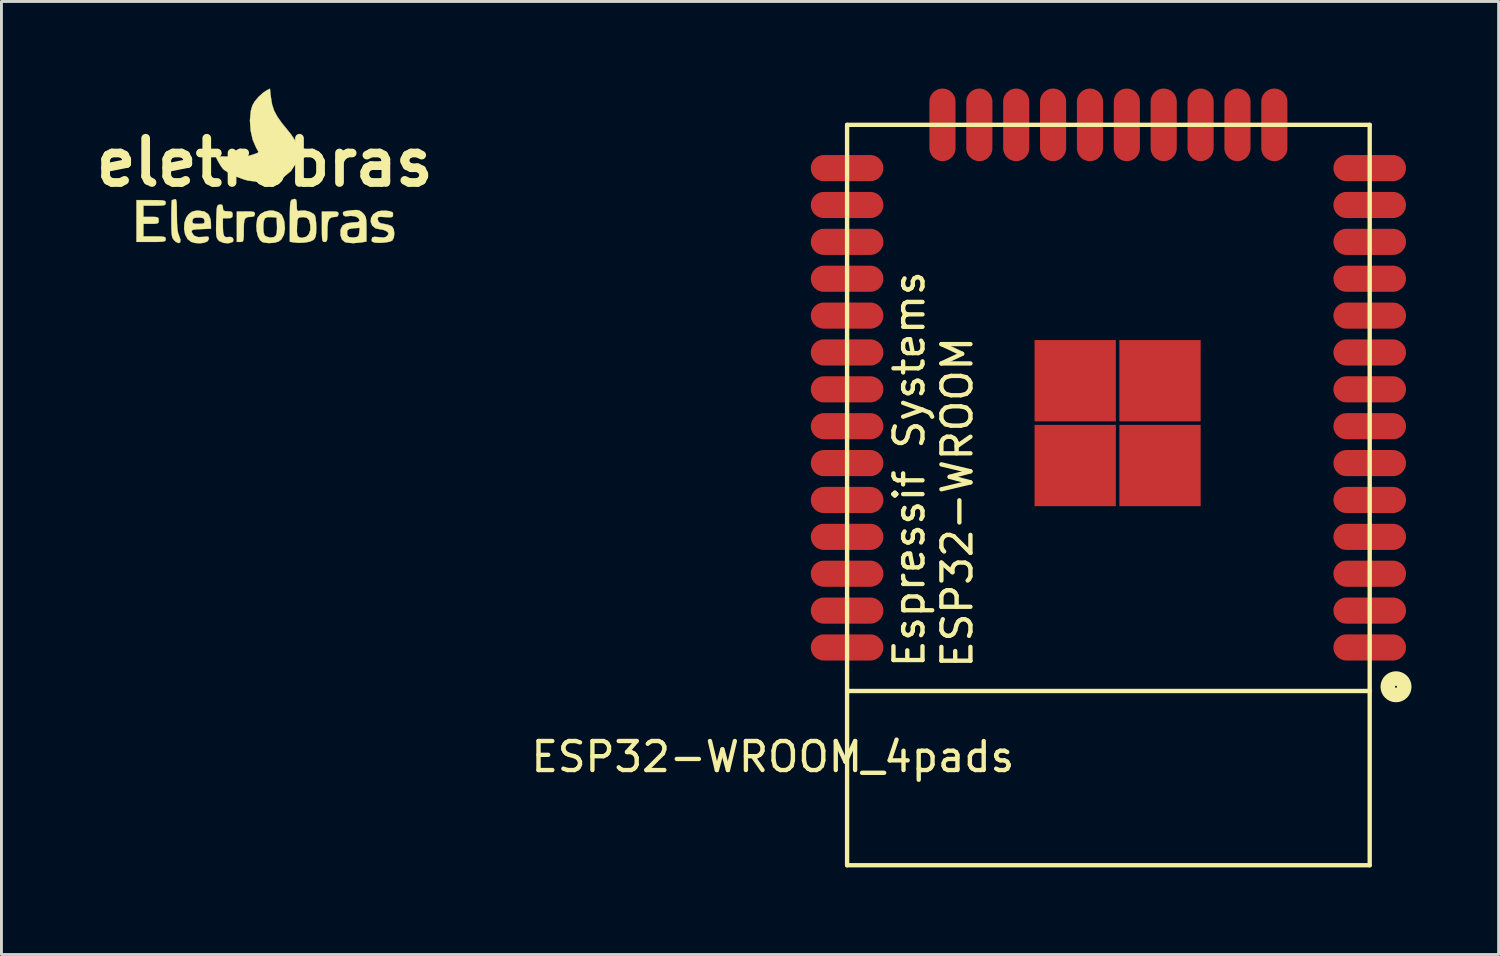
<source format=kicad_pcb>
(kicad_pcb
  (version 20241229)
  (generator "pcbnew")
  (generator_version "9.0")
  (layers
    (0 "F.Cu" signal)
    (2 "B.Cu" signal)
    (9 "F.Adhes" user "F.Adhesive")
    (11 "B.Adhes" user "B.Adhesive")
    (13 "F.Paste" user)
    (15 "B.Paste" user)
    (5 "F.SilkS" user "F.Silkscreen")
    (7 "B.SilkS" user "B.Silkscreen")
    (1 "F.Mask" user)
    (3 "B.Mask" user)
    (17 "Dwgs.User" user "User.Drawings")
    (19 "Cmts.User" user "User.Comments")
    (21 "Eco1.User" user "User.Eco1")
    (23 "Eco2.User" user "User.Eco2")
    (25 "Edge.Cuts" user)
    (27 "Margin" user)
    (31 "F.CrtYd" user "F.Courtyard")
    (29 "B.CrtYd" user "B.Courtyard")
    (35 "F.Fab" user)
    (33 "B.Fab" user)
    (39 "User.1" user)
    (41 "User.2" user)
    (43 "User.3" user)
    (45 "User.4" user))
  (footprint "ESP32-WROOM_4pads"
    (layer "F.Cu")
    (at 35.126 14)
    (property "Reference" "ESP32-WROOM_4pads" (at -11.557 9.017 0) (layer "F.SilkS") (effects (font (size 1 1) (thickness 0.15))))
    (attr through_hole)
    (fp_line (start -9 -12.75) (end 9 -12.75) (stroke (width 0.15) (type solid)) (layer "F.SilkS"))
    (fp_line (start -9 6.75) (end 9 6.75) (stroke (width 0.15) (type solid)) (layer "F.SilkS"))
    (fp_line (start -9 12.75) (end -9 -12.75) (stroke (width 0.15) (type solid)) (layer "F.SilkS"))
    (fp_line (start -9 12.75) (end 9 12.75) (stroke (width 0.15) (type solid)) (layer "F.SilkS"))
    (fp_line (start 9 12.75) (end 9 -12.75) (stroke (width 0.15) (type solid)) (layer "F.SilkS"))
    (fp_circle (center 9.906 6.604) (end 10.033 6.858) (stroke (width 0.5) (type solid)) (fill no) (layer "F.SilkS"))
    (fp_text user "Espressif Systems" (at -6.858 -0.889 90) (layer "F.SilkS") (effects (font (size 1 1) (thickness 0.15))))
    (fp_text user "ESP32-WROOM" (at -5.207 0.254 90) (layer "F.SilkS") (effects (font (size 1 1) (thickness 0.15))))
    (pad "1" smd oval (at 9 5.25) (size 2.5 0.9) (layers "F.Cu" "F.Mask" "F.Paste"))
    (pad "2" smd oval (at 9 3.98) (size 2.5 0.9) (layers "F.Cu" "F.Mask" "F.Paste"))
    (pad "3" smd oval (at 9 2.71) (size 2.5 0.9) (layers "F.Cu" "F.Mask" "F.Paste"))
    (pad "4" smd oval (at 9 1.44) (size 2.5 0.9) (layers "F.Cu" "F.Mask" "F.Paste"))
    (pad "5" smd oval (at 9 0.17) (size 2.5 0.9) (layers "F.Cu" "F.Mask" "F.Paste"))
    (pad "6" smd oval (at 9 -1.1) (size 2.5 0.9) (layers "F.Cu" "F.Mask" "F.Paste"))
    (pad "7" smd oval (at 9 -2.37) (size 2.5 0.9) (layers "F.Cu" "F.Mask" "F.Paste"))
    (pad "8" smd oval (at 9 -3.64) (size 2.5 0.9) (layers "F.Cu" "F.Mask" "F.Paste"))
    (pad "9" smd oval (at 9 -4.91) (size 2.5 0.9) (layers "F.Cu" "F.Mask" "F.Paste"))
    (pad "10" smd oval (at 9 -6.18) (size 2.5 0.9) (layers "F.Cu" "F.Mask" "F.Paste"))
    (pad "11" smd oval (at 9 -7.45) (size 2.5 0.9) (layers "F.Cu" "F.Mask" "F.Paste"))
    (pad "12" smd oval (at 9 -8.72) (size 2.5 0.9) (layers "F.Cu" "F.Mask" "F.Paste"))
    (pad "13" smd oval (at 9 -9.99) (size 2.5 0.9) (layers "F.Cu" "F.Mask" "F.Paste"))
    (pad "14" smd oval (at 9 -11.26) (size 2.5 0.9) (layers "F.Cu" "F.Mask" "F.Paste"))
    (pad "15" smd oval (at 5.715 -12.75) (size 0.9 2.5) (layers "F.Cu" "F.Mask" "F.Paste"))
    (pad "16" smd oval (at 4.445 -12.75) (size 0.9 2.5) (layers "F.Cu" "F.Mask" "F.Paste"))
    (pad "17" smd oval (at 3.175 -12.75) (size 0.9 2.5) (layers "F.Cu" "F.Mask" "F.Paste"))
    (pad "18" smd oval (at 1.905 -12.75) (size 0.9 2.5) (layers "F.Cu" "F.Mask" "F.Paste"))
    (pad "19" smd oval (at 0.635 -12.75) (size 0.9 2.5) (layers "F.Cu" "F.Mask" "F.Paste"))
    (pad "20" smd oval (at -0.635 -12.75) (size 0.9 2.5) (layers "F.Cu" "F.Mask" "F.Paste"))
    (pad "21" smd oval (at -1.905 -12.75) (size 0.9 2.5) (layers "F.Cu" "F.Mask" "F.Paste"))
    (pad "22" smd oval (at -3.175 -12.75) (size 0.9 2.5) (layers "F.Cu" "F.Mask" "F.Paste"))
    (pad "23" smd oval (at -4.445 -12.75) (size 0.9 2.5) (layers "F.Cu" "F.Mask" "F.Paste"))
    (pad "24" smd oval (at -5.715 -12.75) (size 0.9 2.5) (layers "F.Cu" "F.Mask" "F.Paste"))
    (pad "25" smd oval (at -9 -11.26) (size 2.5 0.9) (layers "F.Cu" "F.Mask" "F.Paste"))
    (pad "26" smd oval (at -9 -9.99) (size 2.5 0.9) (layers "F.Cu" "F.Mask" "F.Paste"))
    (pad "27" smd oval (at -9 -8.72) (size 2.5 0.9) (layers "F.Cu" "F.Mask" "F.Paste"))
    (pad "28" smd oval (at -9 -7.45) (size 2.5 0.9) (layers "F.Cu" "F.Mask" "F.Paste"))
    (pad "29" smd oval (at -9 -6.18) (size 2.5 0.9) (layers "F.Cu" "F.Mask" "F.Paste"))
    (pad "30" smd oval (at -9 -4.91) (size 2.5 0.9) (layers "F.Cu" "F.Mask" "F.Paste"))
    (pad "31" smd oval (at -9 -3.64) (size 2.5 0.9) (layers "F.Cu" "F.Mask" "F.Paste"))
    (pad "32" smd oval (at -9 -2.37) (size 2.5 0.9) (layers "F.Cu" "F.Mask" "F.Paste"))
    (pad "33" smd oval (at -9 -1.1) (size 2.5 0.9) (layers "F.Cu" "F.Mask" "F.Paste"))
    (pad "34" smd oval (at -9 0.17) (size 2.5 0.9) (layers "F.Cu" "F.Mask" "F.Paste"))
    (pad "35" smd oval (at -9 1.44) (size 2.5 0.9) (layers "F.Cu" "F.Mask" "F.Paste"))
    (pad "36" smd oval (at -9 2.71) (size 2.5 0.9) (layers "F.Cu" "F.Mask" "F.Paste"))
    (pad "37" smd oval (at -9 3.98) (size 2.5 0.9) (layers "F.Cu" "F.Mask" "F.Paste"))
    (pad "38" smd oval (at -9 5.25) (size 2.5 0.9) (layers "F.Cu" "F.Mask" "F.Paste"))
    (pad "39" smd rect (at -1.143 -3.937) (size 2.8 2.8) (layers "F.Cu" "F.Mask" "F.Paste"))
    (pad "39" smd rect (at -1.143 -1.016) (size 2.8 2.8) (layers "F.Cu" "F.Mask" "F.Paste"))
    (pad "39" smd rect (at 1.778 -3.937) (size 2.8 2.8) (layers "F.Cu" "F.Mask" "F.Paste"))
    (pad "39" smd rect (at 1.778 -1.016) (size 2.8 2.8) (layers "F.Cu" "F.Mask" "F.Paste")))
  (footprint "eletrobras"
    (layer "F.Cu")
    (at 6.067 2.546)
    (property "Reference" "eletrobras" (at 0 0 0) (layer "F.SilkS") (effects (font (size 1.524 1.524) (thickness 0.3))))
    (attr through_hole)
    (fp_poly (pts (xy -0.479 1.688) (xy -0.385 1.701) (xy -0.344 1.73) (xy -0.336 1.778) (xy -0.366 1.853) (xy -0.452 1.873) (xy -0.576 1.879) (xy -0.655 1.911) (xy -0.698 1.985) (xy -0.716 2.119) (xy -0.72 2.332) (xy -0.72 2.334) (xy -0.721 2.53) (xy -0.729 2.649) (xy -0.748 2.711) (xy -0.784 2.734) (xy -0.84 2.737) (xy -0.96 2.737) (xy -0.96 1.689) (xy -0.648 1.686) (xy -0.479 1.688)) (stroke (width 0.01) (type solid)) (fill yes) (layer "F.SilkS"))
    (fp_poly (pts (xy 2.418 1.688) (xy 2.504 1.702) (xy 2.539 1.735) (xy 2.545 1.778) (xy 2.511 1.857) (xy 2.446 1.873) (xy 2.314 1.886) (xy 2.23 1.936) (xy 2.183 2.04) (xy 2.163 2.213) (xy 2.161 2.354) (xy 2.159 2.545) (xy 2.149 2.66) (xy 2.128 2.716) (xy 2.089 2.736) (xy 2.065 2.737) (xy 2.022 2.731) (xy 1.995 2.701) (xy 1.979 2.632) (xy 1.971 2.505) (xy 1.969 2.306) (xy 1.969 2.214) (xy 1.969 1.691) (xy 2.257 1.687) (xy 2.418 1.688)) (stroke (width 0.01) (type solid)) (fill yes) (layer "F.SilkS"))
    (fp_poly (pts (xy -3.047 1.298) (xy -3.034 1.38) (xy -3.027 1.526) (xy -3.025 1.751) (xy -3.025 1.807) (xy -3.02 2.094) (xy -3.006 2.3) (xy -2.98 2.442) (xy -2.951 2.518) (xy -2.9 2.661) (xy -2.911 2.752) (xy -2.972 2.777) (xy -3.071 2.726) (xy -3.119 2.68) (xy -3.159 2.628) (xy -3.187 2.563) (xy -3.204 2.466) (xy -3.213 2.321) (xy -3.217 2.107) (xy -3.217 1.936) (xy -3.216 1.7) (xy -3.212 1.504) (xy -3.206 1.365) (xy -3.199 1.299) (xy -3.197 1.296) (xy -3.14 1.281) (xy -3.101 1.267) (xy -3.068 1.265) (xy -3.047 1.298)) (stroke (width 0.01) (type solid)) (fill yes) (layer "F.SilkS"))
    (fp_poly (pts (xy -3.688 1.298) (xy -3.542 1.303) (xy -3.459 1.317) (xy -3.42 1.342) (xy -3.409 1.38) (xy -3.409 1.392) (xy -3.417 1.44) (xy -3.454 1.469) (xy -3.539 1.483) (xy -3.692 1.488) (xy -3.793 1.488) (xy -4.177 1.488) (xy -4.177 1.873) (xy -3.913 1.873) (xy -3.762 1.876) (xy -3.683 1.892) (xy -3.653 1.933) (xy -3.649 1.993) (xy -3.656 2.061) (xy -3.692 2.097) (xy -3.781 2.111) (xy -3.913 2.113) (xy -4.177 2.113) (xy -4.177 2.545) (xy -3.793 2.545) (xy -3.602 2.547) (xy -3.487 2.556) (xy -3.43 2.577) (xy -3.41 2.616) (xy -3.409 2.641) (xy -3.415 2.684) (xy -3.446 2.711) (xy -3.517 2.727) (xy -3.646 2.735) (xy -3.85 2.737) (xy -3.913 2.737) (xy -4.417 2.737) (xy -4.417 1.296) (xy -3.913 1.296) (xy -3.688 1.298)) (stroke (width 0.01) (type solid)) (fill yes) (layer "F.SilkS"))
    (fp_poly (pts (xy -1.468 1.456) (xy -1.441 1.524) (xy -1.44 1.557) (xy -1.428 1.64) (xy -1.374 1.675) (xy -1.272 1.681) (xy -1.159 1.689) (xy -1.112 1.73) (xy -1.104 1.801) (xy -1.117 1.882) (xy -1.173 1.915) (xy -1.272 1.921) (xy -1.44 1.921) (xy -1.44 2.228) (xy -1.431 2.42) (xy -1.398 2.531) (xy -1.332 2.575) (xy -1.222 2.564) (xy -1.212 2.562) (xy -1.127 2.574) (xy -1.078 2.637) (xy -1.084 2.713) (xy -1.115 2.744) (xy -1.251 2.784) (xy -1.414 2.771) (xy -1.556 2.712) (xy -1.586 2.687) (xy -1.628 2.637) (xy -1.655 2.574) (xy -1.67 2.478) (xy -1.675 2.331) (xy -1.672 2.114) (xy -1.67 2.027) (xy -1.663 1.787) (xy -1.655 1.627) (xy -1.641 1.529) (xy -1.618 1.478) (xy -1.583 1.456) (xy -1.548 1.449) (xy -1.468 1.456)) (stroke (width 0.01) (type solid)) (fill yes) (layer "F.SilkS"))
    (fp_poly (pts (xy 0.303 1.66) (xy 0.48 1.717) (xy 0.589 1.809) (xy 0.656 1.962) (xy 0.675 2.04) (xy 0.697 2.278) (xy 0.661 2.489) (xy 0.572 2.65) (xy 0.48 2.723) (xy 0.326 2.766) (xy 0.129 2.777) (xy -0.06 2.752) (xy -0.061 2.752) (xy -0.158 2.681) (xy -0.232 2.541) (xy -0.277 2.357) (xy -0.284 2.242) (xy -0.047 2.242) (xy -0.038 2.409) (xy -0.004 2.504) (xy 0.036 2.541) (xy 0.179 2.587) (xy 0.313 2.572) (xy 0.381 2.525) (xy 0.412 2.435) (xy 0.425 2.28) (xy 0.423 2.177) (xy 0.408 1.897) (xy 0.221 1.881) (xy 0.087 1.883) (xy 0.006 1.925) (xy -0.034 2.025) (xy -0.047 2.2) (xy -0.047 2.242) (xy -0.284 2.242) (xy -0.288 2.154) (xy -0.26 1.958) (xy -0.24 1.897) (xy -0.149 1.778) (xy 0.002 1.692) (xy 0.18 1.652) (xy 0.303 1.66)) (stroke (width 0.01) (type solid)) (fill yes) (layer "F.SilkS"))
    (fp_poly (pts (xy -2.074 1.689) (xy -1.936 1.787) (xy -1.865 1.954) (xy -1.853 2.074) (xy -1.849 2.281) (xy -2.192 2.295) (xy -2.369 2.304) (xy -2.469 2.319) (xy -2.511 2.345) (xy -2.513 2.389) (xy -2.51 2.404) (xy -2.435 2.519) (xy -2.292 2.571) (xy -2.114 2.563) (xy -1.991 2.549) (xy -1.935 2.565) (xy -1.921 2.62) (xy -1.921 2.629) (xy -1.963 2.708) (xy -2.074 2.762) (xy -2.228 2.785) (xy -2.399 2.773) (xy -2.53 2.736) (xy -2.657 2.638) (xy -2.74 2.479) (xy -2.777 2.284) (xy -2.766 2.082) (xy -2.762 2.07) (xy -2.488 2.07) (xy -2.449 2.102) (xy -2.346 2.112) (xy -2.281 2.113) (xy -2.146 2.108) (xy -2.083 2.087) (xy -2.07 2.036) (xy -2.073 2.005) (xy -2.098 1.934) (xy -2.166 1.903) (xy -2.281 1.897) (xy -2.408 1.905) (xy -2.468 1.94) (xy -2.488 2.005) (xy -2.488 2.07) (xy -2.762 2.07) (xy -2.703 1.896) (xy -2.622 1.784) (xy -2.506 1.695) (xy -2.367 1.66) (xy -2.281 1.657) (xy -2.074 1.689)) (stroke (width 0.01) (type solid)) (fill yes) (layer "F.SilkS"))
    (fp_poly (pts (xy 0.214 -2.243) (xy 0.254 -2) (xy 0.324 -1.786) (xy 0.436 -1.576) (xy 0.603 -1.343) (xy 0.72 -1.2) (xy 0.908 -0.966) (xy 1.035 -0.776) (xy 1.11 -0.611) (xy 1.142 -0.45) (xy 1.139 -0.273) (xy 1.136 -0.243) (xy 1.062 0.051) (xy 0.904 0.296) (xy 0.668 0.488) (xy 0.601 0.526) (xy 0.353 0.613) (xy 0.051 0.66) (xy -0.271 0.663) (xy -0.58 0.622) (xy -0.72 0.584) (xy -0.997 0.48) (xy -1.228 0.367) (xy -1.396 0.257) (xy -1.447 0.209) (xy -1.507 0.126) (xy -1.578 0.009) (xy -1.642 -0.107) (xy -1.678 -0.19) (xy -1.681 -0.203) (xy -1.636 -0.208) (xy -1.515 -0.208) (xy -1.338 -0.205) (xy -1.181 -0.2) (xy -0.902 -0.195) (xy -0.692 -0.207) (xy -0.522 -0.237) (xy -0.44 -0.262) (xy -0.199 -0.342) (xy -0.289 -0.496) (xy -0.412 -0.777) (xy -0.486 -1.105) (xy -0.509 -1.448) (xy -0.479 -1.772) (xy -0.426 -1.961) (xy -0.343 -2.105) (xy -0.208 -2.264) (xy -0.053 -2.404) (xy 0.054 -2.475) (xy 0.18 -2.541) (xy 0.214 -2.243)) (stroke (width 0.01) (type solid)) (fill yes) (layer "F.SilkS"))
    (fp_poly (pts (xy 4.304 1.678) (xy 4.396 1.71) (xy 4.419 1.741) (xy 4.417 1.818) (xy 4.417 1.841) (xy 4.392 1.877) (xy 4.305 1.89) (xy 4.149 1.882) (xy 3.997 1.872) (xy 3.919 1.879) (xy 3.893 1.911) (xy 3.897 1.974) (xy 3.925 2.051) (xy 4 2.094) (xy 4.113 2.115) (xy 4.258 2.147) (xy 4.371 2.193) (xy 4.389 2.205) (xy 4.445 2.303) (xy 4.464 2.446) (xy 4.447 2.589) (xy 4.394 2.688) (xy 4.392 2.69) (xy 4.297 2.73) (xy 4.143 2.757) (xy 3.967 2.769) (xy 3.806 2.762) (xy 3.762 2.754) (xy 3.686 2.711) (xy 3.684 2.637) (xy 3.711 2.581) (xy 3.771 2.56) (xy 3.892 2.568) (xy 3.933 2.573) (xy 4.085 2.584) (xy 4.177 2.563) (xy 4.226 2.52) (xy 4.267 2.45) (xy 4.232 2.394) (xy 4.202 2.372) (xy 4.082 2.319) (xy 3.987 2.305) (xy 3.817 2.269) (xy 3.704 2.176) (xy 3.652 2.049) (xy 3.662 1.911) (xy 3.738 1.784) (xy 3.884 1.691) (xy 3.905 1.683) (xy 4.027 1.662) (xy 4.17 1.661) (xy 4.304 1.678)) (stroke (width 0.01) (type solid)) (fill yes) (layer "F.SilkS"))
    (fp_poly (pts (xy 1.084 1.284) (xy 1.103 1.385) (xy 1.104 1.47) (xy 1.108 1.604) (xy 1.127 1.663) (xy 1.177 1.671) (xy 1.229 1.66) (xy 1.379 1.654) (xy 1.541 1.693) (xy 1.675 1.765) (xy 1.729 1.825) (xy 1.753 1.917) (xy 1.77 2.071) (xy 1.777 2.246) (xy 1.771 2.436) (xy 1.751 2.557) (xy 1.71 2.635) (xy 1.681 2.664) (xy 1.564 2.723) (xy 1.385 2.759) (xy 1.177 2.769) (xy 0.996 2.753) (xy 0.864 2.73) (xy 0.864 2.38) (xy 1.109 2.38) (xy 1.124 2.504) (xy 1.168 2.568) (xy 1.248 2.591) (xy 1.294 2.593) (xy 1.437 2.556) (xy 1.518 2.472) (xy 1.573 2.323) (xy 1.57 2.153) (xy 1.53 1.989) (xy 1.453 1.904) (xy 1.322 1.881) (xy 1.272 1.884) (xy 1.192 1.896) (xy 1.147 1.93) (xy 1.126 2.01) (xy 1.115 2.16) (xy 1.114 2.179) (xy 1.109 2.38) (xy 0.864 2.38) (xy 0.864 2.019) (xy 0.866 1.737) (xy 0.871 1.538) (xy 0.881 1.406) (xy 0.898 1.328) (xy 0.922 1.288) (xy 0.94 1.278) (xy 1.035 1.253) (xy 1.084 1.284)) (stroke (width 0.01) (type solid)) (fill yes) (layer "F.SilkS"))
    (fp_poly (pts (xy 3.252 1.65) (xy 3.331 1.697) (xy 3.381 1.744) (xy 3.441 1.811) (xy 3.478 1.883) (xy 3.497 1.984) (xy 3.504 2.139) (xy 3.505 2.296) (xy 3.505 2.724) (xy 3.325 2.754) (xy 3.047 2.78) (xy 2.825 2.759) (xy 2.755 2.738) (xy 2.66 2.652) (xy 2.61 2.504) (xy 2.61 2.501) (xy 2.841 2.501) (xy 2.908 2.571) (xy 3.051 2.584) (xy 3.061 2.584) (xy 3.18 2.565) (xy 3.235 2.519) (xy 3.256 2.418) (xy 3.256 2.41) (xy 3.272 2.251) (xy 3.065 2.266) (xy 2.922 2.288) (xy 2.854 2.334) (xy 2.841 2.368) (xy 2.841 2.501) (xy 2.61 2.501) (xy 2.613 2.323) (xy 2.619 2.296) (xy 2.684 2.17) (xy 2.817 2.095) (xy 3.027 2.065) (xy 3.076 2.065) (xy 3.21 2.052) (xy 3.263 2.01) (xy 3.265 1.994) (xy 3.222 1.91) (xy 3.113 1.854) (xy 2.965 1.839) (xy 2.899 1.846) (xy 2.777 1.857) (xy 2.717 1.822) (xy 2.706 1.801) (xy 2.691 1.737) (xy 2.718 1.697) (xy 2.804 1.671) (xy 2.967 1.65) (xy 2.992 1.647) (xy 3.151 1.636) (xy 3.252 1.65)) (stroke (width 0.01) (type solid)) (fill yes) (layer "F.SilkS")))
  (gr_rect
    (start -3 -3)
    (end 48.566 29.825)
    (stroke (width 0.1) (type default))
    (fill no)
    (layer "Edge.Cuts")))
</source>
